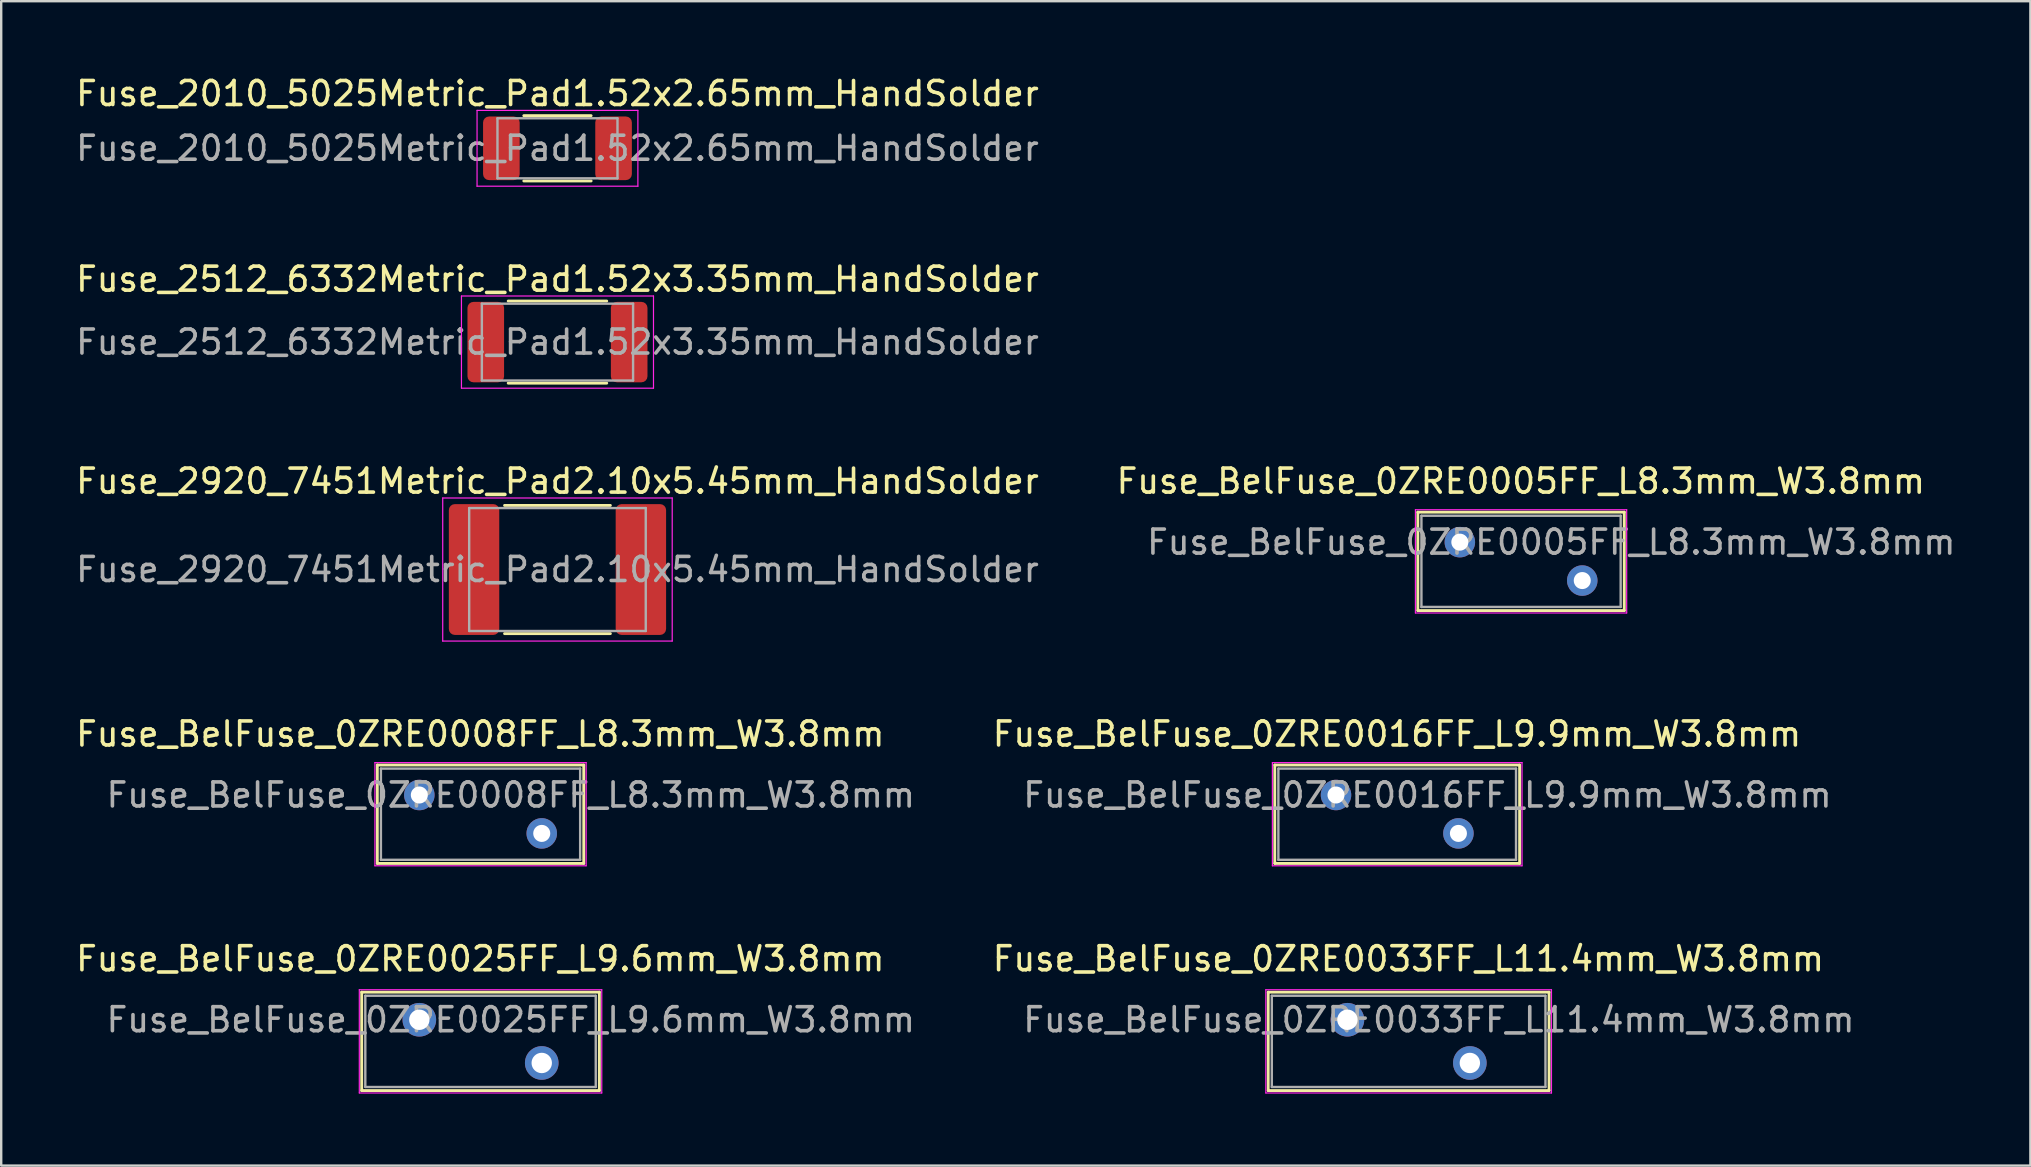
<source format=kicad_pcb>
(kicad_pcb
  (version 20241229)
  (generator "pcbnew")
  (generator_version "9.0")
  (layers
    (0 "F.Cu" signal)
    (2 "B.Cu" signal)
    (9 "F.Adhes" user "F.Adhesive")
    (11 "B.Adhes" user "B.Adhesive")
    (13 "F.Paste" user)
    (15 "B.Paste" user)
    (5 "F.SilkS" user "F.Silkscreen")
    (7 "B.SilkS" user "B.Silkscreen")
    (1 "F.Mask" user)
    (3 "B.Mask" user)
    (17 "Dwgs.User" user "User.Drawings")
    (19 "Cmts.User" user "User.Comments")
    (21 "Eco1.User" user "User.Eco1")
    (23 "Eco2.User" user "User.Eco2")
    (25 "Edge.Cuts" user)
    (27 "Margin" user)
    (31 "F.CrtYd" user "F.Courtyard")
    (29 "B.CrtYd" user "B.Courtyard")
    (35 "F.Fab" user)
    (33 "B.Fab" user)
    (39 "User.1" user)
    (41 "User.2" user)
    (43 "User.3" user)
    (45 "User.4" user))
  (footprint "Fuse_BelFuse_0ZRE0025FF_L9.6mm_W3.8mm"
    (layer "F.Cu")
    (at 14.418 39.431)
    (property "Reference" "Fuse_BelFuse_0ZRE0025FF_L9.6mm_W3.8mm" (at 2.54 -2.54 0) (layer "F.SilkS") (effects (font (size 1 1) (thickness 0.15))))
    (attr through_hole)
    (fp_line (start -2.4 -1.15) (end -2.4 2.95) (stroke (width 0.12) (type solid)) (layer "F.SilkS"))
    (fp_line (start -2.4 -1.15) (end 7.5 -1.15) (stroke (width 0.12) (type solid)) (layer "F.SilkS"))
    (fp_line (start -2.4 2.95) (end 7.5 2.95) (stroke (width 0.12) (type solid)) (layer "F.SilkS"))
    (fp_line (start 7.5 -1.15) (end 7.5 2.95) (stroke (width 0.12) (type solid)) (layer "F.SilkS"))
    (fp_line (start -2.5 -1.25) (end -2.5 3.05) (stroke (width 0.05) (type solid)) (layer "F.CrtYd"))
    (fp_line (start -2.5 -1.25) (end 7.6 -1.25) (stroke (width 0.05) (type solid)) (layer "F.CrtYd"))
    (fp_line (start -2.5 3.05) (end 7.6 3.05) (stroke (width 0.05) (type solid)) (layer "F.CrtYd"))
    (fp_line (start 7.6 -1.25) (end 7.6 3.05) (stroke (width 0.05) (type solid)) (layer "F.CrtYd"))
    (fp_line (start -2.25 -1) (end -2.25 2.8) (stroke (width 0.1) (type solid)) (layer "F.Fab"))
    (fp_line (start -2.25 -1) (end 7.35 -1) (stroke (width 0.1) (type solid)) (layer "F.Fab"))
    (fp_line (start -2.25 2.8) (end 7.35 2.8) (stroke (width 0.1) (type solid)) (layer "F.Fab"))
    (fp_line (start 7.35 -1) (end 7.35 2.8) (stroke (width 0.1) (type solid)) (layer "F.Fab"))
    (fp_text user "${REFERENCE}" (at 3.81 0 0) (layer "F.Fab") (effects (font (size 1 1) (thickness 0.15))))
    (pad "1" thru_hole circle (at 0 0) (size 1.4 1.4) (drill 0.85) (layers "*.Cu" "*.Mask"))
    (pad "2" thru_hole circle (at 5.1 1.8) (size 1.4 1.4) (drill 0.85) (layers "*.Cu" "*.Mask")))
  (footprint "Fuse_2920_7451Metric_Pad2.10x5.45mm_HandSolder"
    (layer "F.Cu")
    (at 20.173 20.675)
    (property "Reference" "Fuse_2920_7451Metric_Pad2.10x5.45mm_HandSolder" (at 0 -3.68 0) (layer "F.SilkS") (effects (font (size 1 1) (thickness 0.15))))
    (attr smd)
    (fp_line (start -2.204 -2.67) (end 2.204 -2.67) (stroke (width 0.12) (type solid)) (layer "F.SilkS"))
    (fp_line (start -2.204 2.67) (end 2.204 2.67) (stroke (width 0.12) (type solid)) (layer "F.SilkS"))
    (fp_line (start -4.78 -2.98) (end 4.78 -2.98) (stroke (width 0.05) (type solid)) (layer "F.CrtYd"))
    (fp_line (start -4.78 2.98) (end -4.78 -2.98) (stroke (width 0.05) (type solid)) (layer "F.CrtYd"))
    (fp_line (start 4.78 -2.98) (end 4.78 2.98) (stroke (width 0.05) (type solid)) (layer "F.CrtYd"))
    (fp_line (start 4.78 2.98) (end -4.78 2.98) (stroke (width 0.05) (type solid)) (layer "F.CrtYd"))
    (fp_line (start -3.678 -2.56) (end 3.678 -2.56) (stroke (width 0.1) (type solid)) (layer "F.Fab"))
    (fp_line (start -3.678 2.56) (end -3.678 -2.56) (stroke (width 0.1) (type solid)) (layer "F.Fab"))
    (fp_line (start 3.678 -2.56) (end 3.678 2.56) (stroke (width 0.1) (type solid)) (layer "F.Fab"))
    (fp_line (start 3.678 2.56) (end -3.678 2.56) (stroke (width 0.1) (type solid)) (layer "F.Fab"))
    (fp_text user "${REFERENCE}" (at 0 0 0) (layer "F.Fab") (effects (font (size 1 1) (thickness 0.15))))
    (pad "1" smd roundrect (at -3.475 0) (size 2.1 5.45) (layers "F.Cu" "F.Mask" "F.Paste") (roundrect_rratio 0.119))
    (pad "2" smd roundrect (at 3.475 0) (size 2.1 5.45) (layers "F.Cu" "F.Mask" "F.Paste") (roundrect_rratio 0.119)))
  (footprint "Fuse_BelFuse_0ZRE0016FF_L9.9mm_W3.8mm"
    (layer "F.Cu")
    (at 52.605 30.068)
    (property "Reference" "Fuse_BelFuse_0ZRE0016FF_L9.9mm_W3.8mm" (at 2.54 -2.54 0) (layer "F.SilkS") (effects (font (size 1 1) (thickness 0.15))))
    (attr through_hole)
    (fp_line (start -2.55 -1.25) (end -2.55 2.85) (stroke (width 0.12) (type solid)) (layer "F.SilkS"))
    (fp_line (start -2.55 -1.25) (end 7.65 -1.25) (stroke (width 0.12) (type solid)) (layer "F.SilkS"))
    (fp_line (start -2.55 2.85) (end 7.65 2.85) (stroke (width 0.12) (type solid)) (layer "F.SilkS"))
    (fp_line (start 7.65 -1.25) (end 7.65 2.85) (stroke (width 0.12) (type solid)) (layer "F.SilkS"))
    (fp_line (start -2.65 -1.35) (end -2.65 2.95) (stroke (width 0.05) (type solid)) (layer "F.CrtYd"))
    (fp_line (start -2.65 -1.35) (end 7.75 -1.35) (stroke (width 0.05) (type solid)) (layer "F.CrtYd"))
    (fp_line (start -2.65 2.95) (end 7.75 2.95) (stroke (width 0.05) (type solid)) (layer "F.CrtYd"))
    (fp_line (start 7.75 -1.35) (end 7.75 2.95) (stroke (width 0.05) (type solid)) (layer "F.CrtYd"))
    (fp_line (start -2.4 -1.1) (end -2.4 2.7) (stroke (width 0.1) (type solid)) (layer "F.Fab"))
    (fp_line (start -2.4 -1.1) (end 7.5 -1.1) (stroke (width 0.1) (type solid)) (layer "F.Fab"))
    (fp_line (start -2.4 2.7) (end 7.5 2.7) (stroke (width 0.1) (type solid)) (layer "F.Fab"))
    (fp_line (start 7.5 -1.1) (end 7.5 2.7) (stroke (width 0.1) (type solid)) (layer "F.Fab"))
    (fp_text user "${REFERENCE}" (at 3.81 0 0) (layer "F.Fab") (effects (font (size 1 1) (thickness 0.15))))
    (pad "1" thru_hole circle (at 0 0) (size 1.27 1.27) (drill 0.71) (layers "*.Cu" "*.Mask"))
    (pad "2" thru_hole circle (at 5.1 1.6) (size 1.27 1.27) (drill 0.71) (layers "*.Cu" "*.Mask")))
  (footprint "Fuse_BelFuse_0ZRE0008FF_L8.3mm_W3.8mm"
    (layer "F.Cu")
    (at 14.418 30.068)
    (property "Reference" "Fuse_BelFuse_0ZRE0008FF_L8.3mm_W3.8mm" (at 2.54 -2.54 0) (layer "F.SilkS") (effects (font (size 1 1) (thickness 0.15))))
    (attr through_hole)
    (fp_line (start -1.75 -1.25) (end -1.75 2.85) (stroke (width 0.12) (type solid)) (layer "F.SilkS"))
    (fp_line (start -1.75 -1.25) (end 6.85 -1.25) (stroke (width 0.12) (type solid)) (layer "F.SilkS"))
    (fp_line (start -1.75 2.85) (end 6.85 2.85) (stroke (width 0.12) (type solid)) (layer "F.SilkS"))
    (fp_line (start 6.85 -1.25) (end 6.85 2.85) (stroke (width 0.12) (type solid)) (layer "F.SilkS"))
    (fp_line (start -1.85 -1.35) (end -1.85 2.95) (stroke (width 0.05) (type solid)) (layer "F.CrtYd"))
    (fp_line (start -1.85 -1.35) (end 6.95 -1.35) (stroke (width 0.05) (type solid)) (layer "F.CrtYd"))
    (fp_line (start -1.85 2.95) (end 6.95 2.95) (stroke (width 0.05) (type solid)) (layer "F.CrtYd"))
    (fp_line (start 6.95 -1.35) (end 6.95 2.95) (stroke (width 0.05) (type solid)) (layer "F.CrtYd"))
    (fp_line (start -1.6 -1.1) (end -1.6 2.7) (stroke (width 0.1) (type solid)) (layer "F.Fab"))
    (fp_line (start -1.6 -1.1) (end 6.7 -1.1) (stroke (width 0.1) (type solid)) (layer "F.Fab"))
    (fp_line (start -1.6 2.7) (end 6.7 2.7) (stroke (width 0.1) (type solid)) (layer "F.Fab"))
    (fp_line (start 6.7 -1.1) (end 6.7 2.7) (stroke (width 0.1) (type solid)) (layer "F.Fab"))
    (fp_text user "${REFERENCE}" (at 3.81 0 0) (layer "F.Fab") (effects (font (size 1 1) (thickness 0.15))))
    (pad "1" thru_hole circle (at 0 0) (size 1.27 1.27) (drill 0.71) (layers "*.Cu" "*.Mask"))
    (pad "2" thru_hole circle (at 5.1 1.6) (size 1.27 1.27) (drill 0.71) (layers "*.Cu" "*.Mask")))
  (footprint "Fuse_BelFuse_0ZRE0033FF_L11.4mm_W3.8mm"
    (layer "F.Cu")
    (at 53.081 39.431)
    (property "Reference" "Fuse_BelFuse_0ZRE0033FF_L11.4mm_W3.8mm" (at 2.54 -2.54 0) (layer "F.SilkS") (effects (font (size 1 1) (thickness 0.15))))
    (attr through_hole)
    (fp_line (start -3.3 -1.15) (end -3.3 2.95) (stroke (width 0.12) (type solid)) (layer "F.SilkS"))
    (fp_line (start -3.3 -1.15) (end 8.4 -1.15) (stroke (width 0.12) (type solid)) (layer "F.SilkS"))
    (fp_line (start -3.3 2.95) (end 8.4 2.95) (stroke (width 0.12) (type solid)) (layer "F.SilkS"))
    (fp_line (start 8.4 -1.15) (end 8.4 2.95) (stroke (width 0.12) (type solid)) (layer "F.SilkS"))
    (fp_line (start -3.4 -1.25) (end -3.4 3.05) (stroke (width 0.05) (type solid)) (layer "F.CrtYd"))
    (fp_line (start -3.4 -1.25) (end 8.5 -1.25) (stroke (width 0.05) (type solid)) (layer "F.CrtYd"))
    (fp_line (start -3.4 3.05) (end 8.5 3.05) (stroke (width 0.05) (type solid)) (layer "F.CrtYd"))
    (fp_line (start 8.5 -1.25) (end 8.5 3.05) (stroke (width 0.05) (type solid)) (layer "F.CrtYd"))
    (fp_line (start -3.15 -1) (end -3.15 2.8) (stroke (width 0.1) (type solid)) (layer "F.Fab"))
    (fp_line (start -3.15 -1) (end 8.25 -1) (stroke (width 0.1) (type solid)) (layer "F.Fab"))
    (fp_line (start -3.15 2.8) (end 8.25 2.8) (stroke (width 0.1) (type solid)) (layer "F.Fab"))
    (fp_line (start 8.25 -1) (end 8.25 2.8) (stroke (width 0.1) (type solid)) (layer "F.Fab"))
    (fp_text user "${REFERENCE}" (at 3.81 0 0) (layer "F.Fab") (effects (font (size 1 1) (thickness 0.15))))
    (pad "1" thru_hole circle (at 0 0) (size 1.4 1.4) (drill 0.85) (layers "*.Cu" "*.Mask"))
    (pad "2" thru_hole circle (at 5.1 1.8) (size 1.4 1.4) (drill 0.85) (layers "*.Cu" "*.Mask")))
  (footprint "Fuse_BelFuse_0ZRE0005FF_L8.3mm_W3.8mm"
    (layer "F.Cu")
    (at 57.764 19.535)
    (property "Reference" "Fuse_BelFuse_0ZRE0005FF_L8.3mm_W3.8mm" (at 2.54 -2.54 0) (layer "F.SilkS") (effects (font (size 1 1) (thickness 0.15))))
    (attr through_hole)
    (fp_line (start -1.75 -1.25) (end -1.75 2.85) (stroke (width 0.12) (type solid)) (layer "F.SilkS"))
    (fp_line (start -1.75 -1.25) (end 6.85 -1.25) (stroke (width 0.12) (type solid)) (layer "F.SilkS"))
    (fp_line (start -1.75 2.85) (end 6.85 2.85) (stroke (width 0.12) (type solid)) (layer "F.SilkS"))
    (fp_line (start 6.85 -1.25) (end 6.85 2.85) (stroke (width 0.12) (type solid)) (layer "F.SilkS"))
    (fp_line (start -1.85 -1.35) (end -1.85 2.95) (stroke (width 0.05) (type solid)) (layer "F.CrtYd"))
    (fp_line (start -1.85 -1.35) (end 6.95 -1.35) (stroke (width 0.05) (type solid)) (layer "F.CrtYd"))
    (fp_line (start -1.85 2.95) (end 6.95 2.95) (stroke (width 0.05) (type solid)) (layer "F.CrtYd"))
    (fp_line (start 6.95 -1.35) (end 6.95 2.95) (stroke (width 0.05) (type solid)) (layer "F.CrtYd"))
    (fp_line (start -1.6 -1.1) (end -1.6 2.7) (stroke (width 0.1) (type solid)) (layer "F.Fab"))
    (fp_line (start -1.6 -1.1) (end 6.7 -1.1) (stroke (width 0.1) (type solid)) (layer "F.Fab"))
    (fp_line (start -1.6 2.7) (end 6.7 2.7) (stroke (width 0.1) (type solid)) (layer "F.Fab"))
    (fp_line (start 6.7 -1.1) (end 6.7 2.7) (stroke (width 0.1) (type solid)) (layer "F.Fab"))
    (fp_text user "${REFERENCE}" (at 3.81 0 0) (layer "F.Fab") (effects (font (size 1 1) (thickness 0.15))))
    (pad "1" thru_hole circle (at 0 0) (size 1.27 1.27) (drill 0.71) (layers "*.Cu" "*.Mask"))
    (pad "2" thru_hole circle (at 5.1 1.6) (size 1.27 1.27) (drill 0.71) (layers "*.Cu" "*.Mask")))
  (footprint "Fuse_2512_6332Metric_Pad1.52x3.35mm_HandSolder"
    (layer "F.Cu")
    (at 20.173 11.201)
    (property "Reference" "Fuse_2512_6332Metric_Pad1.52x3.35mm_HandSolder" (at 0 -2.62 0) (layer "F.SilkS") (effects (font (size 1 1) (thickness 0.15))))
    (attr smd)
    (fp_line (start -2.052 -1.71) (end 2.052 -1.71) (stroke (width 0.12) (type solid)) (layer "F.SilkS"))
    (fp_line (start -2.052 1.71) (end 2.052 1.71) (stroke (width 0.12) (type solid)) (layer "F.SilkS"))
    (fp_line (start -4 -1.92) (end 4 -1.92) (stroke (width 0.05) (type solid)) (layer "F.CrtYd"))
    (fp_line (start -4 1.92) (end -4 -1.92) (stroke (width 0.05) (type solid)) (layer "F.CrtYd"))
    (fp_line (start 4 -1.92) (end 4 1.92) (stroke (width 0.05) (type solid)) (layer "F.CrtYd"))
    (fp_line (start 4 1.92) (end -4 1.92) (stroke (width 0.05) (type solid)) (layer "F.CrtYd"))
    (fp_line (start -3.15 -1.6) (end 3.15 -1.6) (stroke (width 0.1) (type solid)) (layer "F.Fab"))
    (fp_line (start -3.15 1.6) (end -3.15 -1.6) (stroke (width 0.1) (type solid)) (layer "F.Fab"))
    (fp_line (start 3.15 -1.6) (end 3.15 1.6) (stroke (width 0.1) (type solid)) (layer "F.Fab"))
    (fp_line (start 3.15 1.6) (end -3.15 1.6) (stroke (width 0.1) (type solid)) (layer "F.Fab"))
    (fp_text user "${REFERENCE}" (at 0 0 0) (layer "F.Fab") (effects (font (size 1 1) (thickness 0.15))))
    (pad "1" smd roundrect (at -2.987 0) (size 1.525 3.35) (layers "F.Cu" "F.Mask" "F.Paste") (roundrect_rratio 0.164))
    (pad "2" smd roundrect (at 2.987 0) (size 1.525 3.35) (layers "F.Cu" "F.Mask" "F.Paste") (roundrect_rratio 0.164)))
  (footprint "Fuse_2010_5025Metric_Pad1.52x2.65mm_HandSolder"
    (layer "F.Cu")
    (at 20.173 3.128)
    (property "Reference" "Fuse_2010_5025Metric_Pad1.52x2.65mm_HandSolder" (at 0 -2.28 0) (layer "F.SilkS") (effects (font (size 1 1) (thickness 0.15))))
    (attr smd)
    (fp_line (start -1.402 -1.36) (end 1.402 -1.36) (stroke (width 0.12) (type solid)) (layer "F.SilkS"))
    (fp_line (start -1.402 1.36) (end 1.402 1.36) (stroke (width 0.12) (type solid)) (layer "F.SilkS"))
    (fp_line (start -3.35 -1.58) (end 3.35 -1.58) (stroke (width 0.05) (type solid)) (layer "F.CrtYd"))
    (fp_line (start -3.35 1.58) (end -3.35 -1.58) (stroke (width 0.05) (type solid)) (layer "F.CrtYd"))
    (fp_line (start 3.35 -1.58) (end 3.35 1.58) (stroke (width 0.05) (type solid)) (layer "F.CrtYd"))
    (fp_line (start 3.35 1.58) (end -3.35 1.58) (stroke (width 0.05) (type solid)) (layer "F.CrtYd"))
    (fp_line (start -2.5 -1.25) (end 2.5 -1.25) (stroke (width 0.1) (type solid)) (layer "F.Fab"))
    (fp_line (start -2.5 1.25) (end -2.5 -1.25) (stroke (width 0.1) (type solid)) (layer "F.Fab"))
    (fp_line (start 2.5 -1.25) (end 2.5 1.25) (stroke (width 0.1) (type solid)) (layer "F.Fab"))
    (fp_line (start 2.5 1.25) (end -2.5 1.25) (stroke (width 0.1) (type solid)) (layer "F.Fab"))
    (fp_text user "${REFERENCE}" (at 0 0 0) (layer "F.Fab") (effects (font (size 1 1) (thickness 0.15))))
    (pad "1" smd roundrect (at -2.337 0) (size 1.525 2.65) (layers "F.Cu" "F.Mask" "F.Paste") (roundrect_rratio 0.164))
    (pad "2" smd roundrect (at 2.337 0) (size 1.525 2.65) (layers "F.Cu" "F.Mask" "F.Paste") (roundrect_rratio 0.164)))
  (gr_rect
    (start -3 -3)
    (end 81.532 45.506)
    (stroke (width 0.1) (type default))
    (fill no)
    (layer "Edge.Cuts")))
</source>
